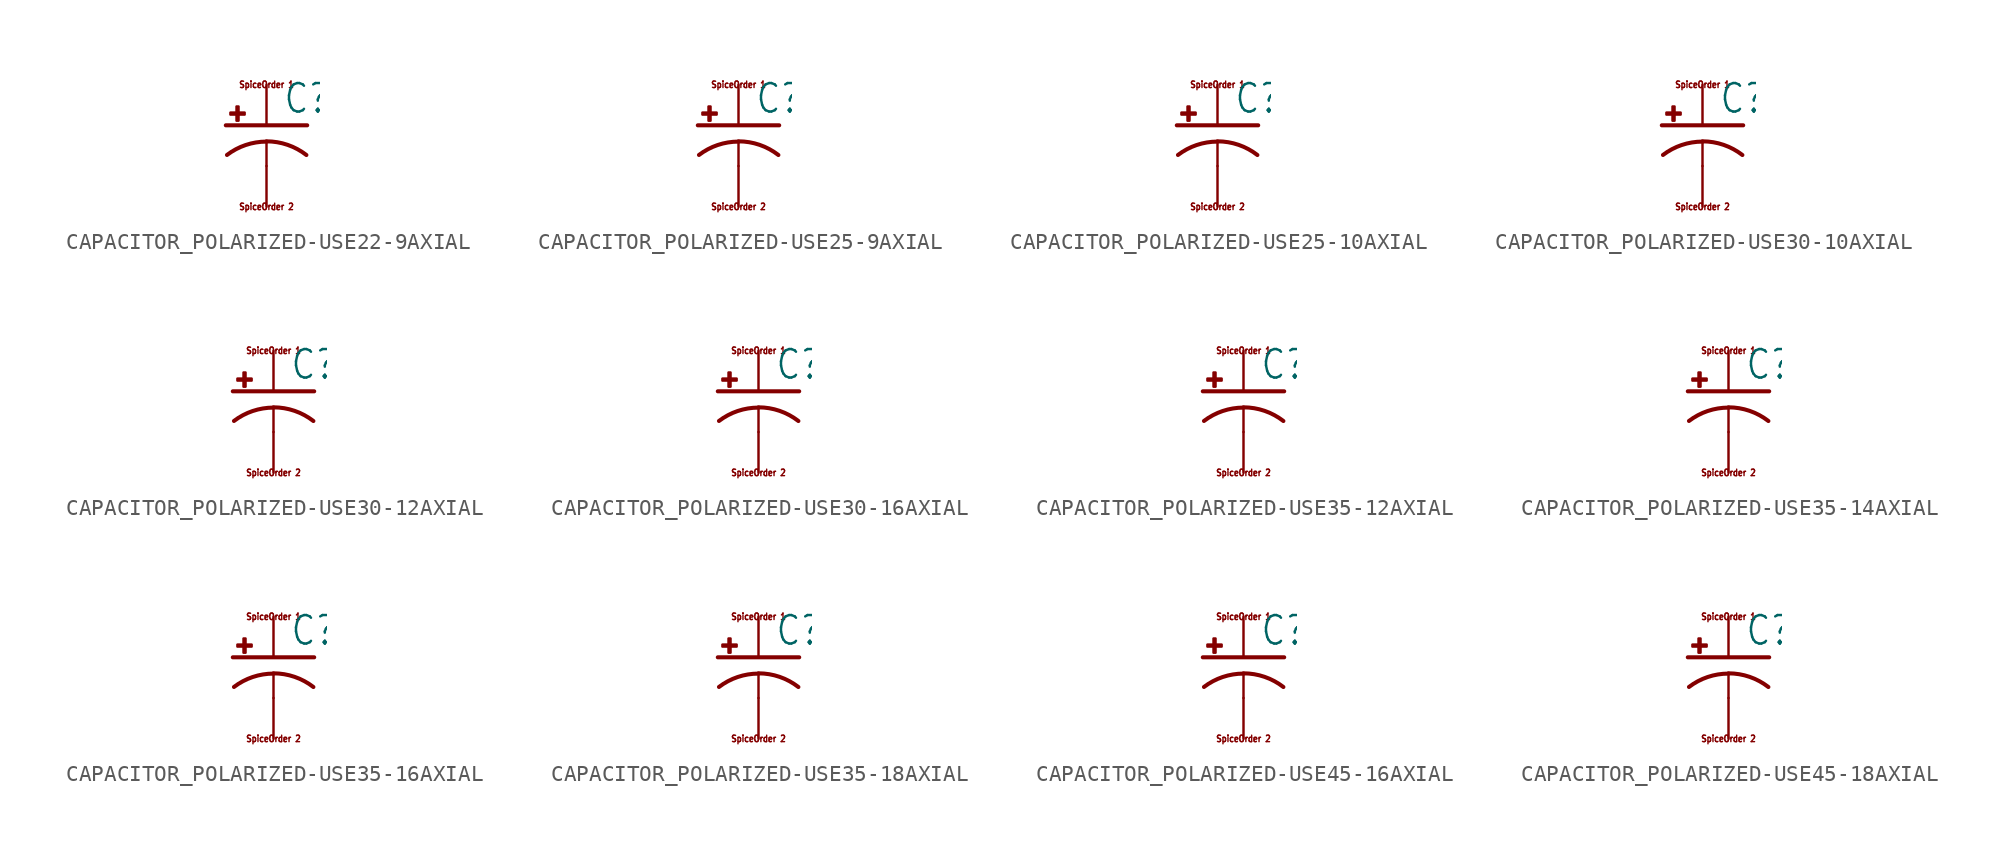
<source format=kicad_sym>
(kicad_symbol_lib
  (version 20231120)
  (generator "kicad_symbol_editor")
  (generator_version "8.0")
  (symbol "CAPACITOR_POLARIZED-USE22-9AXIAL"
    (property "Reference" "C"
      (at 1.016 0.635 0)
      (effects (font (size 1.778 1.511)) (justify left bottom)))
    (property "Value" ""
      (at 1.016 -4.191 0)
      (effects (font (size 1.778 1.511)) (justify left bottom)))
    (property "ki_locked" ""
      (at 0 0 0)
      (effects (font (size 1.27 1.27))))
    (symbol "CAPACITOR_POLARIZED-USE22-9AXIAL_1_0"
      (rectangle (start -2.253 0.668) (end -1.364 0.795) (stroke (width 0) (type default)) (fill (type outline)))
      (rectangle (start -1.872 0.287) (end -1.745 1.176) (stroke (width 0) (type default)) (fill (type outline)))
      (arc (start 0 -1.0161) (mid -1.3021 -1.2303) (end -2.4669 -1.8504) (stroke (width 0.254) (type solid)) (fill (type none)))
      (polyline (pts (xy -2.54 0) (xy 2.54 0)) (stroke (width 0.254) (type solid)) (fill (type none)))
      (polyline (pts (xy 0 -1.016) (xy 0 -2.54)) (stroke (width 0.152) (type solid)) (fill (type none)))
      (arc (start 2.4892 -1.8541) (mid 1.3158 -1.2194) (end 0 -1) (stroke (width 0.254) (type solid)) (fill (type none)))
      (text "SpiceOrder 1" (at 0 2.54 0) (effects (font (size 0.406 0.345))))
      (text "SpiceOrder 2" (at 0 -5.08 0) (effects (font (size 0.406 0.345))))
      (pin passive line (at 0 2.54 270) (length 2.54) (name "+" (effects (font (size 0 0)))) (number "+" (effects (font (size 0 0)))))
      (pin passive line (at 0 -5.08 90) (length 2.54) (name "-" (effects (font (size 0 0)))) (number "-" (effects (font (size 0 0)))))))
  (symbol "CAPACITOR_POLARIZED-USE25-9AXIAL"
    (property "Reference" "C"
      (at 1.016 0.635 0)
      (effects (font (size 1.778 1.511)) (justify left bottom)))
    (property "Value" ""
      (at 1.016 -4.191 0)
      (effects (font (size 1.778 1.511)) (justify left bottom)))
    (property "ki_locked" ""
      (at 0 0 0)
      (effects (font (size 1.27 1.27))))
    (symbol "CAPACITOR_POLARIZED-USE25-9AXIAL_1_0"
      (rectangle (start -2.253 0.668) (end -1.364 0.795) (stroke (width 0) (type default)) (fill (type outline)))
      (rectangle (start -1.872 0.287) (end -1.745 1.176) (stroke (width 0) (type default)) (fill (type outline)))
      (arc (start 0 -1.0161) (mid -1.3021 -1.2303) (end -2.4669 -1.8504) (stroke (width 0.254) (type solid)) (fill (type none)))
      (polyline (pts (xy -2.54 0) (xy 2.54 0)) (stroke (width 0.254) (type solid)) (fill (type none)))
      (polyline (pts (xy 0 -1.016) (xy 0 -2.54)) (stroke (width 0.152) (type solid)) (fill (type none)))
      (arc (start 2.4892 -1.8541) (mid 1.3158 -1.2194) (end 0 -1) (stroke (width 0.254) (type solid)) (fill (type none)))
      (text "SpiceOrder 1" (at 0 2.54 0) (effects (font (size 0.406 0.345))))
      (text "SpiceOrder 2" (at 0 -5.08 0) (effects (font (size 0.406 0.345))))
      (pin passive line (at 0 2.54 270) (length 2.54) (name "+" (effects (font (size 0 0)))) (number "+" (effects (font (size 0 0)))))
      (pin passive line (at 0 -5.08 90) (length 2.54) (name "-" (effects (font (size 0 0)))) (number "-" (effects (font (size 0 0)))))))
  (symbol "CAPACITOR_POLARIZED-USE25-10AXIAL"
    (property "Reference" "C"
      (at 1.016 0.635 0)
      (effects (font (size 1.778 1.511)) (justify left bottom)))
    (property "Value" ""
      (at 1.016 -4.191 0)
      (effects (font (size 1.778 1.511)) (justify left bottom)))
    (property "ki_locked" ""
      (at 0 0 0)
      (effects (font (size 1.27 1.27))))
    (symbol "CAPACITOR_POLARIZED-USE25-10AXIAL_1_0"
      (rectangle (start -2.253 0.668) (end -1.364 0.795) (stroke (width 0) (type default)) (fill (type outline)))
      (rectangle (start -1.872 0.287) (end -1.745 1.176) (stroke (width 0) (type default)) (fill (type outline)))
      (arc (start 0 -1.0161) (mid -1.3021 -1.2303) (end -2.4669 -1.8504) (stroke (width 0.254) (type solid)) (fill (type none)))
      (polyline (pts (xy -2.54 0) (xy 2.54 0)) (stroke (width 0.254) (type solid)) (fill (type none)))
      (polyline (pts (xy 0 -1.016) (xy 0 -2.54)) (stroke (width 0.152) (type solid)) (fill (type none)))
      (arc (start 2.4892 -1.8541) (mid 1.3158 -1.2194) (end 0 -1) (stroke (width 0.254) (type solid)) (fill (type none)))
      (text "SpiceOrder 1" (at 0 2.54 0) (effects (font (size 0.406 0.345))))
      (text "SpiceOrder 2" (at 0 -5.08 0) (effects (font (size 0.406 0.345))))
      (pin passive line (at 0 2.54 270) (length 2.54) (name "+" (effects (font (size 0 0)))) (number "+" (effects (font (size 0 0)))))
      (pin passive line (at 0 -5.08 90) (length 2.54) (name "-" (effects (font (size 0 0)))) (number "-" (effects (font (size 0 0)))))))
  (symbol "CAPACITOR_POLARIZED-USE30-10AXIAL"
    (property "Reference" "C"
      (at 1.016 0.635 0)
      (effects (font (size 1.778 1.511)) (justify left bottom)))
    (property "Value" ""
      (at 1.016 -4.191 0)
      (effects (font (size 1.778 1.511)) (justify left bottom)))
    (property "ki_locked" ""
      (at 0 0 0)
      (effects (font (size 1.27 1.27))))
    (symbol "CAPACITOR_POLARIZED-USE30-10AXIAL_1_0"
      (rectangle (start -2.253 0.668) (end -1.364 0.795) (stroke (width 0) (type default)) (fill (type outline)))
      (rectangle (start -1.872 0.287) (end -1.745 1.176) (stroke (width 0) (type default)) (fill (type outline)))
      (arc (start 0 -1.0161) (mid -1.3021 -1.2303) (end -2.4669 -1.8504) (stroke (width 0.254) (type solid)) (fill (type none)))
      (polyline (pts (xy -2.54 0) (xy 2.54 0)) (stroke (width 0.254) (type solid)) (fill (type none)))
      (polyline (pts (xy 0 -1.016) (xy 0 -2.54)) (stroke (width 0.152) (type solid)) (fill (type none)))
      (arc (start 2.4892 -1.8541) (mid 1.3158 -1.2194) (end 0 -1) (stroke (width 0.254) (type solid)) (fill (type none)))
      (text "SpiceOrder 1" (at 0 2.54 0) (effects (font (size 0.406 0.345))))
      (text "SpiceOrder 2" (at 0 -5.08 0) (effects (font (size 0.406 0.345))))
      (pin passive line (at 0 2.54 270) (length 2.54) (name "+" (effects (font (size 0 0)))) (number "+" (effects (font (size 0 0)))))
      (pin passive line (at 0 -5.08 90) (length 2.54) (name "-" (effects (font (size 0 0)))) (number "-" (effects (font (size 0 0)))))))
  (symbol "CAPACITOR_POLARIZED-USE30-12AXIAL"
    (property "Reference" "C"
      (at 1.016 0.635 0)
      (effects (font (size 1.778 1.511)) (justify left bottom)))
    (property "Value" ""
      (at 1.016 -4.191 0)
      (effects (font (size 1.778 1.511)) (justify left bottom)))
    (property "ki_locked" ""
      (at 0 0 0)
      (effects (font (size 1.27 1.27))))
    (symbol "CAPACITOR_POLARIZED-USE30-12AXIAL_1_0"
      (rectangle (start -2.253 0.668) (end -1.364 0.795) (stroke (width 0) (type default)) (fill (type outline)))
      (rectangle (start -1.872 0.287) (end -1.745 1.176) (stroke (width 0) (type default)) (fill (type outline)))
      (arc (start 0 -1.0161) (mid -1.3021 -1.2303) (end -2.4669 -1.8504) (stroke (width 0.254) (type solid)) (fill (type none)))
      (polyline (pts (xy -2.54 0) (xy 2.54 0)) (stroke (width 0.254) (type solid)) (fill (type none)))
      (polyline (pts (xy 0 -1.016) (xy 0 -2.54)) (stroke (width 0.152) (type solid)) (fill (type none)))
      (arc (start 2.4892 -1.8541) (mid 1.3158 -1.2194) (end 0 -1) (stroke (width 0.254) (type solid)) (fill (type none)))
      (text "SpiceOrder 1" (at 0 2.54 0) (effects (font (size 0.406 0.345))))
      (text "SpiceOrder 2" (at 0 -5.08 0) (effects (font (size 0.406 0.345))))
      (pin passive line (at 0 2.54 270) (length 2.54) (name "+" (effects (font (size 0 0)))) (number "+" (effects (font (size 0 0)))))
      (pin passive line (at 0 -5.08 90) (length 2.54) (name "-" (effects (font (size 0 0)))) (number "-" (effects (font (size 0 0)))))))
  (symbol "CAPACITOR_POLARIZED-USE30-16AXIAL"
    (property "Reference" "C"
      (at 1.016 0.635 0)
      (effects (font (size 1.778 1.511)) (justify left bottom)))
    (property "Value" ""
      (at 1.016 -4.191 0)
      (effects (font (size 1.778 1.511)) (justify left bottom)))
    (property "ki_locked" ""
      (at 0 0 0)
      (effects (font (size 1.27 1.27))))
    (symbol "CAPACITOR_POLARIZED-USE30-16AXIAL_1_0"
      (rectangle (start -2.253 0.668) (end -1.364 0.795) (stroke (width 0) (type default)) (fill (type outline)))
      (rectangle (start -1.872 0.287) (end -1.745 1.176) (stroke (width 0) (type default)) (fill (type outline)))
      (arc (start 0 -1.0161) (mid -1.3021 -1.2303) (end -2.4669 -1.8504) (stroke (width 0.254) (type solid)) (fill (type none)))
      (polyline (pts (xy -2.54 0) (xy 2.54 0)) (stroke (width 0.254) (type solid)) (fill (type none)))
      (polyline (pts (xy 0 -1.016) (xy 0 -2.54)) (stroke (width 0.152) (type solid)) (fill (type none)))
      (arc (start 2.4892 -1.8541) (mid 1.3158 -1.2194) (end 0 -1) (stroke (width 0.254) (type solid)) (fill (type none)))
      (text "SpiceOrder 1" (at 0 2.54 0) (effects (font (size 0.406 0.345))))
      (text "SpiceOrder 2" (at 0 -5.08 0) (effects (font (size 0.406 0.345))))
      (pin passive line (at 0 2.54 270) (length 2.54) (name "+" (effects (font (size 0 0)))) (number "+" (effects (font (size 0 0)))))
      (pin passive line (at 0 -5.08 90) (length 2.54) (name "-" (effects (font (size 0 0)))) (number "-" (effects (font (size 0 0)))))))
  (symbol "CAPACITOR_POLARIZED-USE35-12AXIAL"
    (property "Reference" "C"
      (at 1.016 0.635 0)
      (effects (font (size 1.778 1.511)) (justify left bottom)))
    (property "Value" ""
      (at 1.016 -4.191 0)
      (effects (font (size 1.778 1.511)) (justify left bottom)))
    (property "ki_locked" ""
      (at 0 0 0)
      (effects (font (size 1.27 1.27))))
    (symbol "CAPACITOR_POLARIZED-USE35-12AXIAL_1_0"
      (rectangle (start -2.253 0.668) (end -1.364 0.795) (stroke (width 0) (type default)) (fill (type outline)))
      (rectangle (start -1.872 0.287) (end -1.745 1.176) (stroke (width 0) (type default)) (fill (type outline)))
      (arc (start 0 -1.0161) (mid -1.3021 -1.2303) (end -2.4669 -1.8504) (stroke (width 0.254) (type solid)) (fill (type none)))
      (polyline (pts (xy -2.54 0) (xy 2.54 0)) (stroke (width 0.254) (type solid)) (fill (type none)))
      (polyline (pts (xy 0 -1.016) (xy 0 -2.54)) (stroke (width 0.152) (type solid)) (fill (type none)))
      (arc (start 2.4892 -1.8541) (mid 1.3158 -1.2194) (end 0 -1) (stroke (width 0.254) (type solid)) (fill (type none)))
      (text "SpiceOrder 1" (at 0 2.54 0) (effects (font (size 0.406 0.345))))
      (text "SpiceOrder 2" (at 0 -5.08 0) (effects (font (size 0.406 0.345))))
      (pin passive line (at 0 2.54 270) (length 2.54) (name "+" (effects (font (size 0 0)))) (number "+" (effects (font (size 0 0)))))
      (pin passive line (at 0 -5.08 90) (length 2.54) (name "-" (effects (font (size 0 0)))) (number "-" (effects (font (size 0 0)))))))
  (symbol "CAPACITOR_POLARIZED-USE35-14AXIAL"
    (property "Reference" "C"
      (at 1.016 0.635 0)
      (effects (font (size 1.778 1.511)) (justify left bottom)))
    (property "Value" ""
      (at 1.016 -4.191 0)
      (effects (font (size 1.778 1.511)) (justify left bottom)))
    (property "ki_locked" ""
      (at 0 0 0)
      (effects (font (size 1.27 1.27))))
    (symbol "CAPACITOR_POLARIZED-USE35-14AXIAL_1_0"
      (rectangle (start -2.253 0.668) (end -1.364 0.795) (stroke (width 0) (type default)) (fill (type outline)))
      (rectangle (start -1.872 0.287) (end -1.745 1.176) (stroke (width 0) (type default)) (fill (type outline)))
      (arc (start 0 -1.0161) (mid -1.3021 -1.2303) (end -2.4669 -1.8504) (stroke (width 0.254) (type solid)) (fill (type none)))
      (polyline (pts (xy -2.54 0) (xy 2.54 0)) (stroke (width 0.254) (type solid)) (fill (type none)))
      (polyline (pts (xy 0 -1.016) (xy 0 -2.54)) (stroke (width 0.152) (type solid)) (fill (type none)))
      (arc (start 2.4892 -1.8541) (mid 1.3158 -1.2194) (end 0 -1) (stroke (width 0.254) (type solid)) (fill (type none)))
      (text "SpiceOrder 1" (at 0 2.54 0) (effects (font (size 0.406 0.345))))
      (text "SpiceOrder 2" (at 0 -5.08 0) (effects (font (size 0.406 0.345))))
      (pin passive line (at 0 2.54 270) (length 2.54) (name "+" (effects (font (size 0 0)))) (number "+" (effects (font (size 0 0)))))
      (pin passive line (at 0 -5.08 90) (length 2.54) (name "-" (effects (font (size 0 0)))) (number "-" (effects (font (size 0 0)))))))
  (symbol "CAPACITOR_POLARIZED-USE35-16AXIAL"
    (property "Reference" "C"
      (at 1.016 0.635 0)
      (effects (font (size 1.778 1.511)) (justify left bottom)))
    (property "Value" ""
      (at 1.016 -4.191 0)
      (effects (font (size 1.778 1.511)) (justify left bottom)))
    (property "ki_locked" ""
      (at 0 0 0)
      (effects (font (size 1.27 1.27))))
    (symbol "CAPACITOR_POLARIZED-USE35-16AXIAL_1_0"
      (rectangle (start -2.253 0.668) (end -1.364 0.795) (stroke (width 0) (type default)) (fill (type outline)))
      (rectangle (start -1.872 0.287) (end -1.745 1.176) (stroke (width 0) (type default)) (fill (type outline)))
      (arc (start 0 -1.0161) (mid -1.3021 -1.2303) (end -2.4669 -1.8504) (stroke (width 0.254) (type solid)) (fill (type none)))
      (polyline (pts (xy -2.54 0) (xy 2.54 0)) (stroke (width 0.254) (type solid)) (fill (type none)))
      (polyline (pts (xy 0 -1.016) (xy 0 -2.54)) (stroke (width 0.152) (type solid)) (fill (type none)))
      (arc (start 2.4892 -1.8541) (mid 1.3158 -1.2194) (end 0 -1) (stroke (width 0.254) (type solid)) (fill (type none)))
      (text "SpiceOrder 1" (at 0 2.54 0) (effects (font (size 0.406 0.345))))
      (text "SpiceOrder 2" (at 0 -5.08 0) (effects (font (size 0.406 0.345))))
      (pin passive line (at 0 2.54 270) (length 2.54) (name "+" (effects (font (size 0 0)))) (number "+" (effects (font (size 0 0)))))
      (pin passive line (at 0 -5.08 90) (length 2.54) (name "-" (effects (font (size 0 0)))) (number "-" (effects (font (size 0 0)))))))
  (symbol "CAPACITOR_POLARIZED-USE35-18AXIAL"
    (property "Reference" "C"
      (at 1.016 0.635 0)
      (effects (font (size 1.778 1.511)) (justify left bottom)))
    (property "Value" ""
      (at 1.016 -4.191 0)
      (effects (font (size 1.778 1.511)) (justify left bottom)))
    (property "ki_locked" ""
      (at 0 0 0)
      (effects (font (size 1.27 1.27))))
    (symbol "CAPACITOR_POLARIZED-USE35-18AXIAL_1_0"
      (rectangle (start -2.253 0.668) (end -1.364 0.795) (stroke (width 0) (type default)) (fill (type outline)))
      (rectangle (start -1.872 0.287) (end -1.745 1.176) (stroke (width 0) (type default)) (fill (type outline)))
      (arc (start 0 -1.0161) (mid -1.3021 -1.2303) (end -2.4669 -1.8504) (stroke (width 0.254) (type solid)) (fill (type none)))
      (polyline (pts (xy -2.54 0) (xy 2.54 0)) (stroke (width 0.254) (type solid)) (fill (type none)))
      (polyline (pts (xy 0 -1.016) (xy 0 -2.54)) (stroke (width 0.152) (type solid)) (fill (type none)))
      (arc (start 2.4892 -1.8541) (mid 1.3158 -1.2194) (end 0 -1) (stroke (width 0.254) (type solid)) (fill (type none)))
      (text "SpiceOrder 1" (at 0 2.54 0) (effects (font (size 0.406 0.345))))
      (text "SpiceOrder 2" (at 0 -5.08 0) (effects (font (size 0.406 0.345))))
      (pin passive line (at 0 2.54 270) (length 2.54) (name "+" (effects (font (size 0 0)))) (number "+" (effects (font (size 0 0)))))
      (pin passive line (at 0 -5.08 90) (length 2.54) (name "-" (effects (font (size 0 0)))) (number "-" (effects (font (size 0 0)))))))
  (symbol "CAPACITOR_POLARIZED-USE45-16AXIAL"
    (property "Reference" "C"
      (at 1.016 0.635 0)
      (effects (font (size 1.778 1.511)) (justify left bottom)))
    (property "Value" ""
      (at 1.016 -4.191 0)
      (effects (font (size 1.778 1.511)) (justify left bottom)))
    (property "ki_locked" ""
      (at 0 0 0)
      (effects (font (size 1.27 1.27))))
    (symbol "CAPACITOR_POLARIZED-USE45-16AXIAL_1_0"
      (rectangle (start -2.253 0.668) (end -1.364 0.795) (stroke (width 0) (type default)) (fill (type outline)))
      (rectangle (start -1.872 0.287) (end -1.745 1.176) (stroke (width 0) (type default)) (fill (type outline)))
      (arc (start 0 -1.0161) (mid -1.3021 -1.2303) (end -2.4669 -1.8504) (stroke (width 0.254) (type solid)) (fill (type none)))
      (polyline (pts (xy -2.54 0) (xy 2.54 0)) (stroke (width 0.254) (type solid)) (fill (type none)))
      (polyline (pts (xy 0 -1.016) (xy 0 -2.54)) (stroke (width 0.152) (type solid)) (fill (type none)))
      (arc (start 2.4892 -1.8541) (mid 1.3158 -1.2194) (end 0 -1) (stroke (width 0.254) (type solid)) (fill (type none)))
      (text "SpiceOrder 1" (at 0 2.54 0) (effects (font (size 0.406 0.345))))
      (text "SpiceOrder 2" (at 0 -5.08 0) (effects (font (size 0.406 0.345))))
      (pin passive line (at 0 2.54 270) (length 2.54) (name "+" (effects (font (size 0 0)))) (number "+" (effects (font (size 0 0)))))
      (pin passive line (at 0 -5.08 90) (length 2.54) (name "-" (effects (font (size 0 0)))) (number "-" (effects (font (size 0 0)))))))
  (symbol "CAPACITOR_POLARIZED-USE45-18AXIAL"
    (property "Reference" "C"
      (at 1.016 0.635 0)
      (effects (font (size 1.778 1.511)) (justify left bottom)))
    (property "Value" ""
      (at 1.016 -4.191 0)
      (effects (font (size 1.778 1.511)) (justify left bottom)))
    (property "ki_locked" ""
      (at 0 0 0)
      (effects (font (size 1.27 1.27))))
    (symbol "CAPACITOR_POLARIZED-USE45-18AXIAL_1_0"
      (rectangle (start -2.253 0.668) (end -1.364 0.795) (stroke (width 0) (type default)) (fill (type outline)))
      (rectangle (start -1.872 0.287) (end -1.745 1.176) (stroke (width 0) (type default)) (fill (type outline)))
      (arc (start 0 -1.0161) (mid -1.3021 -1.2303) (end -2.4669 -1.8504) (stroke (width 0.254) (type solid)) (fill (type none)))
      (polyline (pts (xy -2.54 0) (xy 2.54 0)) (stroke (width 0.254) (type solid)) (fill (type none)))
      (polyline (pts (xy 0 -1.016) (xy 0 -2.54)) (stroke (width 0.152) (type solid)) (fill (type none)))
      (arc (start 2.4892 -1.8541) (mid 1.3158 -1.2194) (end 0 -1) (stroke (width 0.254) (type solid)) (fill (type none)))
      (text "SpiceOrder 1" (at 0 2.54 0) (effects (font (size 0.406 0.345))))
      (text "SpiceOrder 2" (at 0 -5.08 0) (effects (font (size 0.406 0.345))))
      (pin passive line (at 0 2.54 270) (length 2.54) (name "+" (effects (font (size 0 0)))) (number "+" (effects (font (size 0 0)))))
      (pin passive line (at 0 -5.08 90) (length 2.54) (name "-" (effects (font (size 0 0)))) (number "-" (effects (font (size 0 0))))))))
</source>
